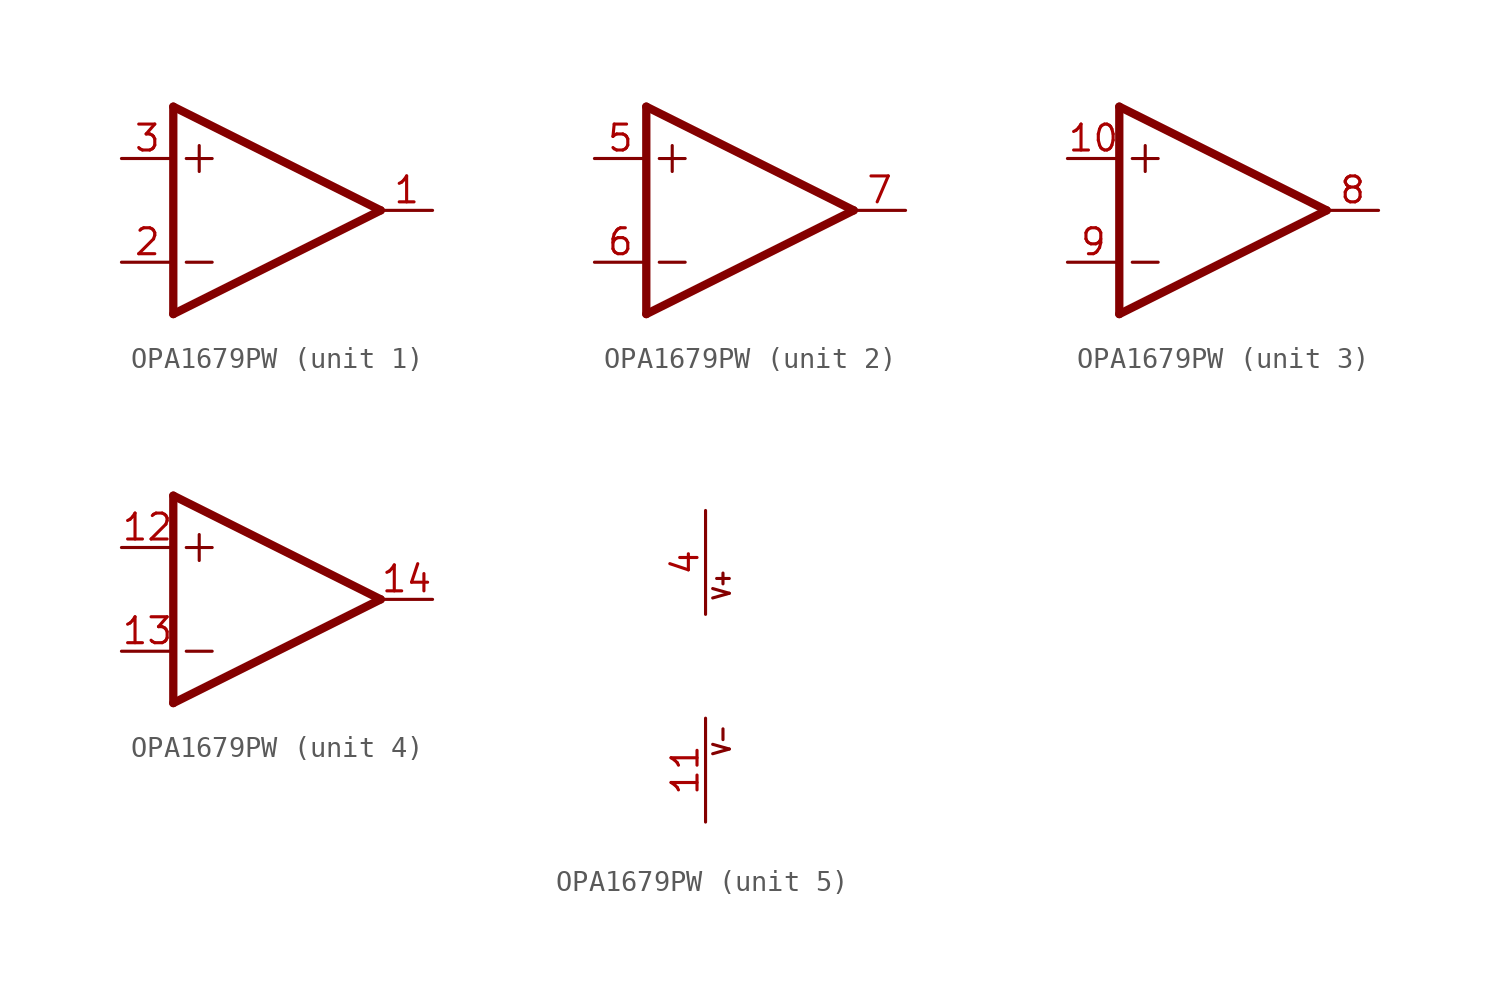
<source format=kicad_sym>
(kicad_symbol_lib
  (version 20211014)
  (generator kicad_symbol_editor)
  (symbol "OPA1679PW"
    (property "Reference" "IC"
      (at 2.54 3.175 0)
      (effects (font (size 1.778 1.511)) (justify left bottom) hide))
    (property "ki_locked" ""
      (at 0 0 0)
      (effects (font (size 1.27 1.27))))
    (symbol "OPA1679PW_1_0"
      (polyline (pts (xy -5.08 -5.08) (xy 5.08 0)) (stroke (width 0.406) (type default) (color 0 0 0 0)) (fill (type none)))
      (polyline (pts (xy -5.08 5.08) (xy -5.08 -5.08)) (stroke (width 0.406) (type default) (color 0 0 0 0)) (fill (type none)))
      (polyline (pts (xy -4.445 -2.54) (xy -3.175 -2.54)) (stroke (width 0.152) (type default) (color 0 0 0 0)) (fill (type none)))
      (polyline (pts (xy -4.445 2.54) (xy -3.175 2.54)) (stroke (width 0.152) (type default) (color 0 0 0 0)) (fill (type none)))
      (polyline (pts (xy -3.81 3.175) (xy -3.81 1.905)) (stroke (width 0.152) (type default) (color 0 0 0 0)) (fill (type none)))
      (polyline (pts (xy 5.08 0) (xy -5.08 5.08)) (stroke (width 0.406) (type default) (color 0 0 0 0)) (fill (type none)))
      (pin output line (at 7.62 0 180) (length 2.54) (name "OUT" (effects (font (size 0 0)))) (number "1" (effects (font (size 1.27 1.27)))))
      (pin input line (at -7.62 -2.54 0) (length 2.54) (name "-IN" (effects (font (size 0 0)))) (number "2" (effects (font (size 1.27 1.27)))))
      (pin input line (at -7.62 2.54 0) (length 2.54) (name "+IN" (effects (font (size 0 0)))) (number "3" (effects (font (size 1.27 1.27))))))
    (symbol "OPA1679PW_2_0"
      (polyline (pts (xy -5.08 -5.08) (xy 5.08 0)) (stroke (width 0.406) (type default) (color 0 0 0 0)) (fill (type none)))
      (polyline (pts (xy -5.08 5.08) (xy -5.08 -5.08)) (stroke (width 0.406) (type default) (color 0 0 0 0)) (fill (type none)))
      (polyline (pts (xy -4.445 -2.54) (xy -3.175 -2.54)) (stroke (width 0.152) (type default) (color 0 0 0 0)) (fill (type none)))
      (polyline (pts (xy -4.445 2.54) (xy -3.175 2.54)) (stroke (width 0.152) (type default) (color 0 0 0 0)) (fill (type none)))
      (polyline (pts (xy -3.81 3.175) (xy -3.81 1.905)) (stroke (width 0.152) (type default) (color 0 0 0 0)) (fill (type none)))
      (polyline (pts (xy 5.08 0) (xy -5.08 5.08)) (stroke (width 0.406) (type default) (color 0 0 0 0)) (fill (type none)))
      (pin input line (at -7.62 2.54 0) (length 2.54) (name "+IN" (effects (font (size 0 0)))) (number "5" (effects (font (size 1.27 1.27)))))
      (pin input line (at -7.62 -2.54 0) (length 2.54) (name "-IN" (effects (font (size 0 0)))) (number "6" (effects (font (size 1.27 1.27)))))
      (pin output line (at 7.62 0 180) (length 2.54) (name "OUT" (effects (font (size 0 0)))) (number "7" (effects (font (size 1.27 1.27))))))
    (symbol "OPA1679PW_3_0"
      (polyline (pts (xy -5.08 -5.08) (xy 5.08 0)) (stroke (width 0.406) (type default) (color 0 0 0 0)) (fill (type none)))
      (polyline (pts (xy -5.08 5.08) (xy -5.08 -5.08)) (stroke (width 0.406) (type default) (color 0 0 0 0)) (fill (type none)))
      (polyline (pts (xy -4.445 -2.54) (xy -3.175 -2.54)) (stroke (width 0.152) (type default) (color 0 0 0 0)) (fill (type none)))
      (polyline (pts (xy -4.445 2.54) (xy -3.175 2.54)) (stroke (width 0.152) (type default) (color 0 0 0 0)) (fill (type none)))
      (polyline (pts (xy -3.81 3.175) (xy -3.81 1.905)) (stroke (width 0.152) (type default) (color 0 0 0 0)) (fill (type none)))
      (polyline (pts (xy 5.08 0) (xy -5.08 5.08)) (stroke (width 0.406) (type default) (color 0 0 0 0)) (fill (type none)))
      (pin input line (at -7.62 2.54 0) (length 2.54) (name "+IN" (effects (font (size 0 0)))) (number "10" (effects (font (size 1.27 1.27)))))
      (pin output line (at 7.62 0 180) (length 2.54) (name "OUT" (effects (font (size 0 0)))) (number "8" (effects (font (size 1.27 1.27)))))
      (pin input line (at -7.62 -2.54 0) (length 2.54) (name "-IN" (effects (font (size 0 0)))) (number "9" (effects (font (size 1.27 1.27))))))
    (symbol "OPA1679PW_4_0"
      (polyline (pts (xy -5.08 -5.08) (xy 5.08 0)) (stroke (width 0.406) (type default) (color 0 0 0 0)) (fill (type none)))
      (polyline (pts (xy -5.08 5.08) (xy -5.08 -5.08)) (stroke (width 0.406) (type default) (color 0 0 0 0)) (fill (type none)))
      (polyline (pts (xy -4.445 -2.54) (xy -3.175 -2.54)) (stroke (width 0.152) (type default) (color 0 0 0 0)) (fill (type none)))
      (polyline (pts (xy -4.445 2.54) (xy -3.175 2.54)) (stroke (width 0.152) (type default) (color 0 0 0 0)) (fill (type none)))
      (polyline (pts (xy -3.81 3.175) (xy -3.81 1.905)) (stroke (width 0.152) (type default) (color 0 0 0 0)) (fill (type none)))
      (polyline (pts (xy 5.08 0) (xy -5.08 5.08)) (stroke (width 0.406) (type default) (color 0 0 0 0)) (fill (type none)))
      (pin input line (at -7.62 2.54 0) (length 2.54) (name "+IN" (effects (font (size 0 0)))) (number "12" (effects (font (size 1.27 1.27)))))
      (pin input line (at -7.62 -2.54 0) (length 2.54) (name "-IN" (effects (font (size 0 0)))) (number "13" (effects (font (size 1.27 1.27)))))
      (pin output line (at 7.62 0 180) (length 2.54) (name "OUT" (effects (font (size 0 0)))) (number "14" (effects (font (size 1.27 1.27))))))
    (symbol "OPA1679PW_5_0"
      (text "V+" (at 1.27 3.175 900) (effects (font (size 0.813 0.691)) (justify left bottom)))
      (text "V-" (at 1.27 -4.445 900) (effects (font (size 0.813 0.691)) (justify left bottom)))
      (pin power_in line (at 0 -7.62 90) (length 5.08) (name "V-" (effects (font (size 0 0)))) (number "11" (effects (font (size 1.27 1.27)))))
      (pin power_in line (at 0 7.62 270) (length 5.08) (name "V+" (effects (font (size 0 0)))) (number "4" (effects (font (size 1.27 1.27))))))))
</source>
